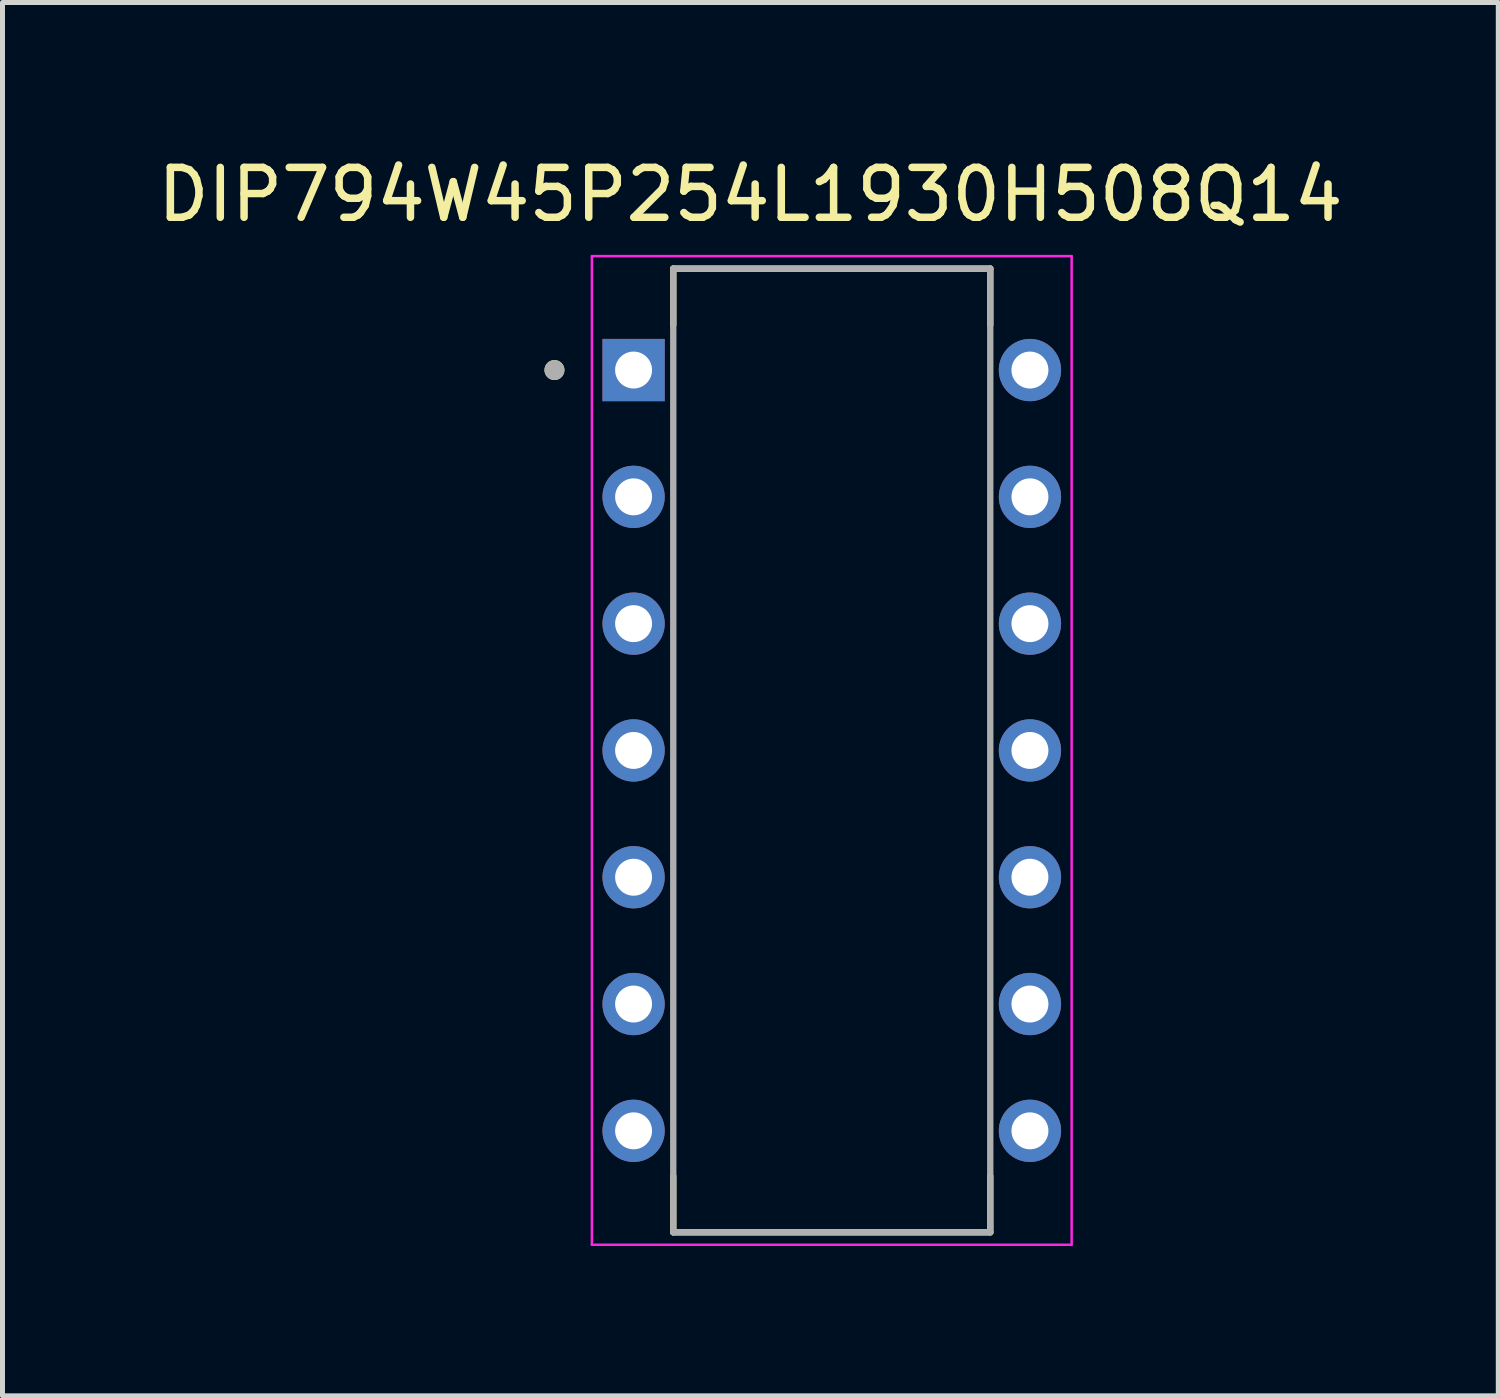
<source format=kicad_pcb>
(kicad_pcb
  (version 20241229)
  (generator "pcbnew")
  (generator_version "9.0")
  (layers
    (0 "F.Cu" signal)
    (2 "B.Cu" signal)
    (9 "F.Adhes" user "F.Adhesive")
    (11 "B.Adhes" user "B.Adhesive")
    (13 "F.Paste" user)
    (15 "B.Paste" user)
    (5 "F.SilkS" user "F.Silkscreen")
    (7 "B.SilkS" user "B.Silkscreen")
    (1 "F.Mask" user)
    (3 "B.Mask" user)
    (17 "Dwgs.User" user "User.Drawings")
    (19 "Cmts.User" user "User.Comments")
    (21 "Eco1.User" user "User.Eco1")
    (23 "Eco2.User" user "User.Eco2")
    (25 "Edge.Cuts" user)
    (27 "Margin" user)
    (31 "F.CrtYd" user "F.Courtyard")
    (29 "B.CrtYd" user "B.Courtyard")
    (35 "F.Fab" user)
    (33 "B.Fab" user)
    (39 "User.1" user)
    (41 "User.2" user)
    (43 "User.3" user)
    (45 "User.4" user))
  (footprint "DIP794W45P254L1930H508Q14"
    (layer "F.Cu")
    (at 13.612 11.983)
    (property "Reference" "DIP794W45P254L1930H508Q14" (at -1.63 -11.135 0) (layer "F.SilkS") (effects (font (size 1 1) (thickness 0.15))))
    (attr through_hole)
    (fp_line (start -3.175 -9.652) (end 3.175 -9.652) (stroke (width 0.127) (type solid)) (layer "F.SilkS"))
    (fp_line (start -3.175 -8.525) (end -3.175 -9.652) (stroke (width 0.127) (type solid)) (layer "F.SilkS"))
    (fp_line (start -3.175 9.652) (end -3.175 8.525) (stroke (width 0.127) (type solid)) (layer "F.SilkS"))
    (fp_line (start 3.175 -9.652) (end 3.175 -8.525) (stroke (width 0.127) (type solid)) (layer "F.SilkS"))
    (fp_line (start 3.175 8.525) (end 3.175 9.652) (stroke (width 0.127) (type solid)) (layer "F.SilkS"))
    (fp_line (start 3.175 9.652) (end -3.175 9.652) (stroke (width 0.127) (type solid)) (layer "F.SilkS"))
    (fp_circle (center -5.555 -7.62) (end -5.455 -7.62) (stroke (width 0.2) (type solid)) (fill no) (layer "F.SilkS"))
    (fp_line (start -4.805 -9.902) (end -4.805 9.902) (stroke (width 0.05) (type solid)) (layer "F.CrtYd"))
    (fp_line (start 4.805 -9.902) (end -4.805 -9.902) (stroke (width 0.05) (type solid)) (layer "F.CrtYd"))
    (fp_line (start 4.805 -9.902) (end 4.805 9.902) (stroke (width 0.05) (type solid)) (layer "F.CrtYd"))
    (fp_line (start 4.805 9.902) (end -4.805 9.902) (stroke (width 0.05) (type solid)) (layer "F.CrtYd"))
    (fp_line (start -3.175 -9.652) (end -3.175 9.652) (stroke (width 0.127) (type solid)) (layer "F.Fab"))
    (fp_line (start -3.175 -9.652) (end 3.175 -9.652) (stroke (width 0.127) (type solid)) (layer "F.Fab"))
    (fp_line (start -3.175 9.652) (end 3.175 9.652) (stroke (width 0.127) (type solid)) (layer "F.Fab"))
    (fp_line (start 3.175 -9.652) (end 3.175 9.652) (stroke (width 0.127) (type solid)) (layer "F.Fab"))
    (fp_circle (center -5.555 -7.62) (end -5.455 -7.62) (stroke (width 0.2) (type solid)) (fill no) (layer "F.Fab"))
    (pad "1" thru_hole rect (at -3.97 -7.62) (size 1.248 1.248) (drill 0.74) (layers "*.Cu" "*.Mask"))
    (pad "2" thru_hole circle (at -3.97 -5.08) (size 1.248 1.248) (drill 0.74) (layers "*.Cu" "*.Mask"))
    (pad "3" thru_hole circle (at -3.97 -2.54) (size 1.248 1.248) (drill 0.74) (layers "*.Cu" "*.Mask"))
    (pad "4" thru_hole circle (at -3.97 0) (size 1.248 1.248) (drill 0.74) (layers "*.Cu" "*.Mask"))
    (pad "5" thru_hole circle (at -3.97 2.54) (size 1.248 1.248) (drill 0.74) (layers "*.Cu" "*.Mask"))
    (pad "6" thru_hole circle (at -3.97 5.08) (size 1.248 1.248) (drill 0.74) (layers "*.Cu" "*.Mask"))
    (pad "7" thru_hole circle (at -3.97 7.62) (size 1.248 1.248) (drill 0.74) (layers "*.Cu" "*.Mask"))
    (pad "8" thru_hole circle (at 3.97 7.62) (size 1.248 1.248) (drill 0.74) (layers "*.Cu" "*.Mask"))
    (pad "9" thru_hole circle (at 3.97 5.08) (size 1.248 1.248) (drill 0.74) (layers "*.Cu" "*.Mask"))
    (pad "10" thru_hole circle (at 3.97 2.54) (size 1.248 1.248) (drill 0.74) (layers "*.Cu" "*.Mask"))
    (pad "11" thru_hole circle (at 3.97 0) (size 1.248 1.248) (drill 0.74) (layers "*.Cu" "*.Mask"))
    (pad "12" thru_hole circle (at 3.97 -2.54) (size 1.248 1.248) (drill 0.74) (layers "*.Cu" "*.Mask"))
    (pad "13" thru_hole circle (at 3.97 -5.08) (size 1.248 1.248) (drill 0.74) (layers "*.Cu" "*.Mask"))
    (pad "14" thru_hole circle (at 3.97 -7.62) (size 1.248 1.248) (drill 0.74) (layers "*.Cu" "*.Mask")))
  (gr_rect
    (start -3 -3)
    (end 26.964 24.911)
    (stroke (width 0.1) (type default))
    (fill no)
    (layer "Edge.Cuts")))
</source>
